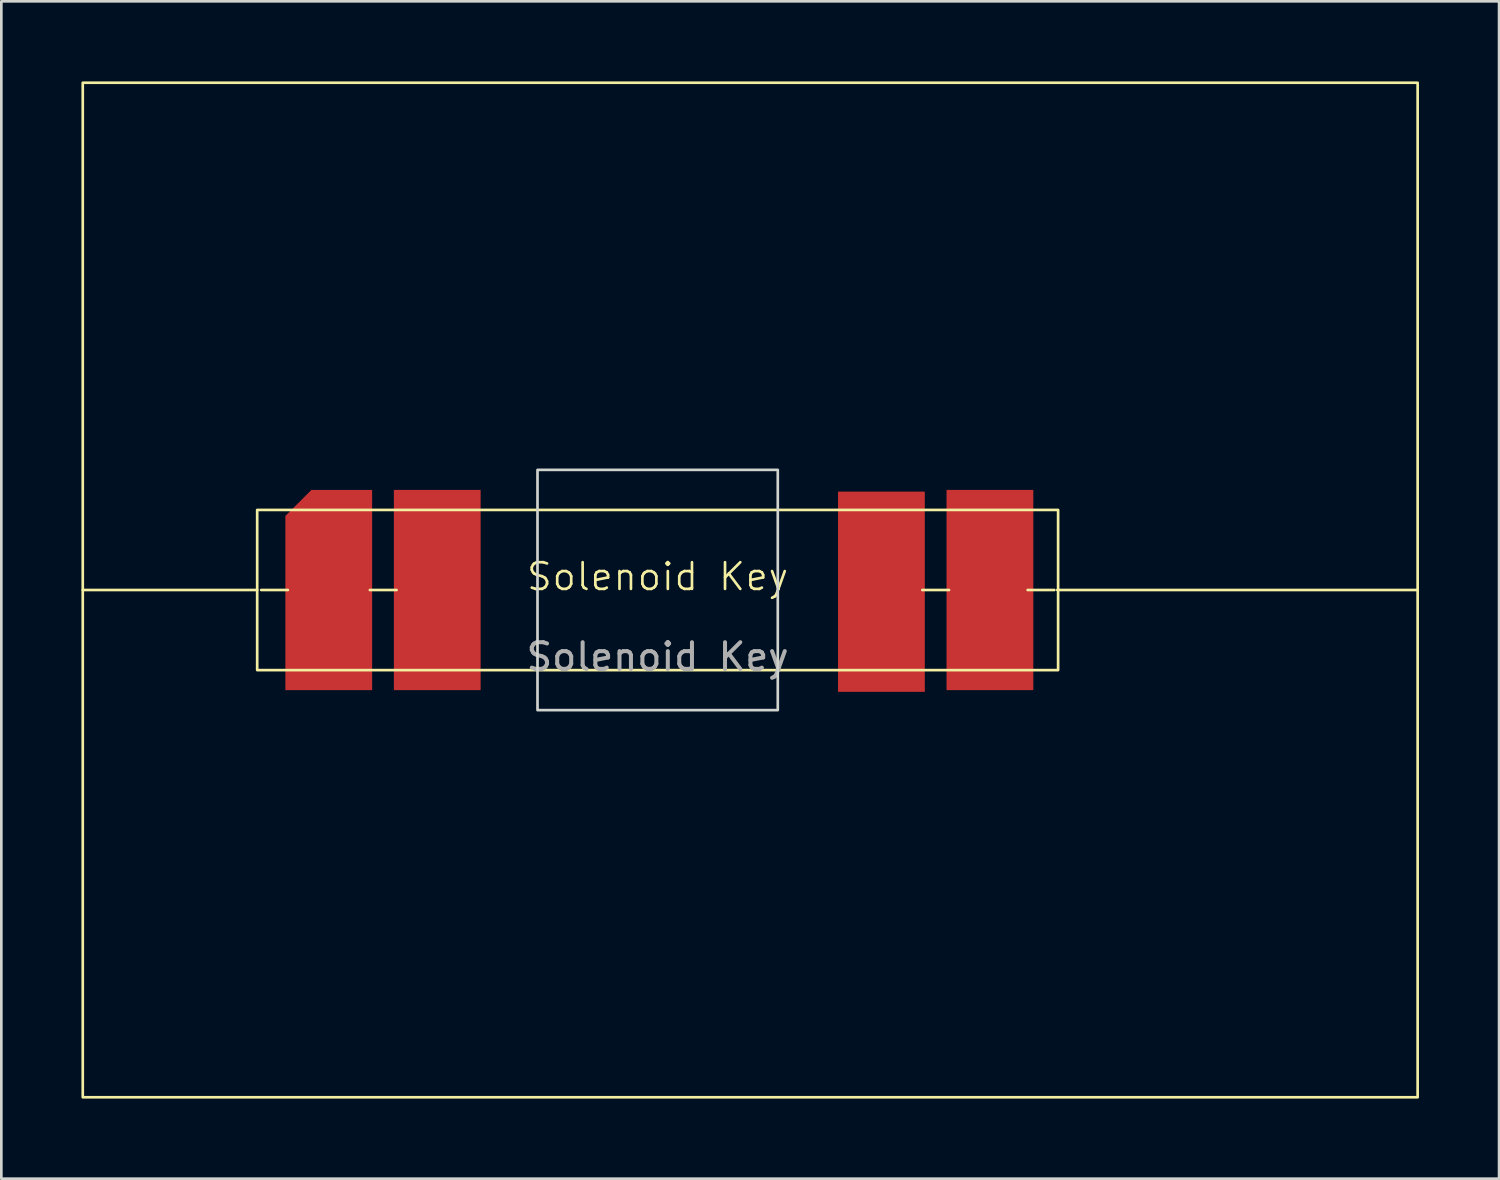
<source format=kicad_pcb>
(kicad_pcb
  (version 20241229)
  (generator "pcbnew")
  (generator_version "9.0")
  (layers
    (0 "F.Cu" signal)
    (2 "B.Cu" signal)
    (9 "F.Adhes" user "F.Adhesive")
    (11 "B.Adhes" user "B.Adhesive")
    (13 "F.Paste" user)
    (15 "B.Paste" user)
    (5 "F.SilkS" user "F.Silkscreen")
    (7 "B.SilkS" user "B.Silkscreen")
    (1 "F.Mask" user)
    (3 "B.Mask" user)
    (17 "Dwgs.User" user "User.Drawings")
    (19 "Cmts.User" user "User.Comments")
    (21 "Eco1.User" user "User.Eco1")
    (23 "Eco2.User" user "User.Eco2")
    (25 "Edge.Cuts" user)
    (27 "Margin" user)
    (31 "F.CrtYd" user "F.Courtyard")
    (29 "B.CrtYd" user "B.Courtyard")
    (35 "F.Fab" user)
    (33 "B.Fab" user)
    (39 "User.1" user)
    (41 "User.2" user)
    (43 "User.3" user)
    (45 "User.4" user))
  (footprint "Solenoid Key"
    (layer "F.Cu")
    (at 21.583 19.05)
    (property "Reference" "Solenoid Key" (at 0 -0.5 0) (unlocked yes) (layer "F.SilkS") (effects (font (size 1 1) (thickness 0.1))))
    (attr smd)
    (fp_line (start -21.533 0) (end -15 0) (stroke (width 0.1) (type default)) (layer "F.SilkS"))
    (fp_line (start -14.851 0) (end -13.851 0) (stroke (width 0.1) (type solid)) (layer "F.SilkS"))
    (fp_line (start -10.779 0) (end -9.779 0) (stroke (width 0.1) (type solid)) (layer "F.SilkS"))
    (fp_line (start 9.914 0) (end 10.914 0) (stroke (width 0.1) (type solid)) (layer "F.SilkS"))
    (fp_line (start 13.859 0) (end 14.859 0) (stroke (width 0.1) (type solid)) (layer "F.SilkS"))
    (fp_line (start 28.467 0) (end 14.967 0) (stroke (width 0.1) (type solid)) (layer "F.SilkS"))
    (fp_rect (start -21.533 -19) (end 28.467 19) (stroke (width 0.1) (type solid)) (fill no) (layer "F.SilkS"))
    (fp_rect (start -15 -3) (end 15 3) (stroke (width 0.1) (type solid)) (fill no) (layer "F.SilkS"))
    (fp_rect (start -4.5 -4.5) (end 4.5 4.5) (stroke (width 0.1) (type solid)) (fill no) (layer "Edge.Cuts"))
    (fp_text user "${REFERENCE}" (at 0 2.5 0) (unlocked yes) (layer "F.Fab") (effects (font (size 1 1) (thickness 0.15))))
    (pad "1" smd roundrect (at -12.319 0) (size 3.25 7.5) (layers "F.Cu" "F.Mask" "F.Paste") (roundrect_rratio 0) (chamfer_ratio 0.3) (chamfer top_left))
    (pad "2" smd trapezoid (at -8.255 0) (size 3.25 7.5) (layers "F.Cu" "F.Mask" "F.Paste"))
    (pad "3" smd rect (at 8.382 0.064) (size 3.25 7.5) (layers "F.Cu" "F.Mask" "F.Paste"))
    (pad "4" smd rect (at 12.446 0) (size 3.25 7.5) (layers "F.Cu" "F.Mask" "F.Paste")))
  (gr_rect
    (start -3 -3)
    (end 53.1 41.1)
    (stroke (width 0.1) (type default))
    (fill no)
    (layer "Edge.Cuts")))
</source>
